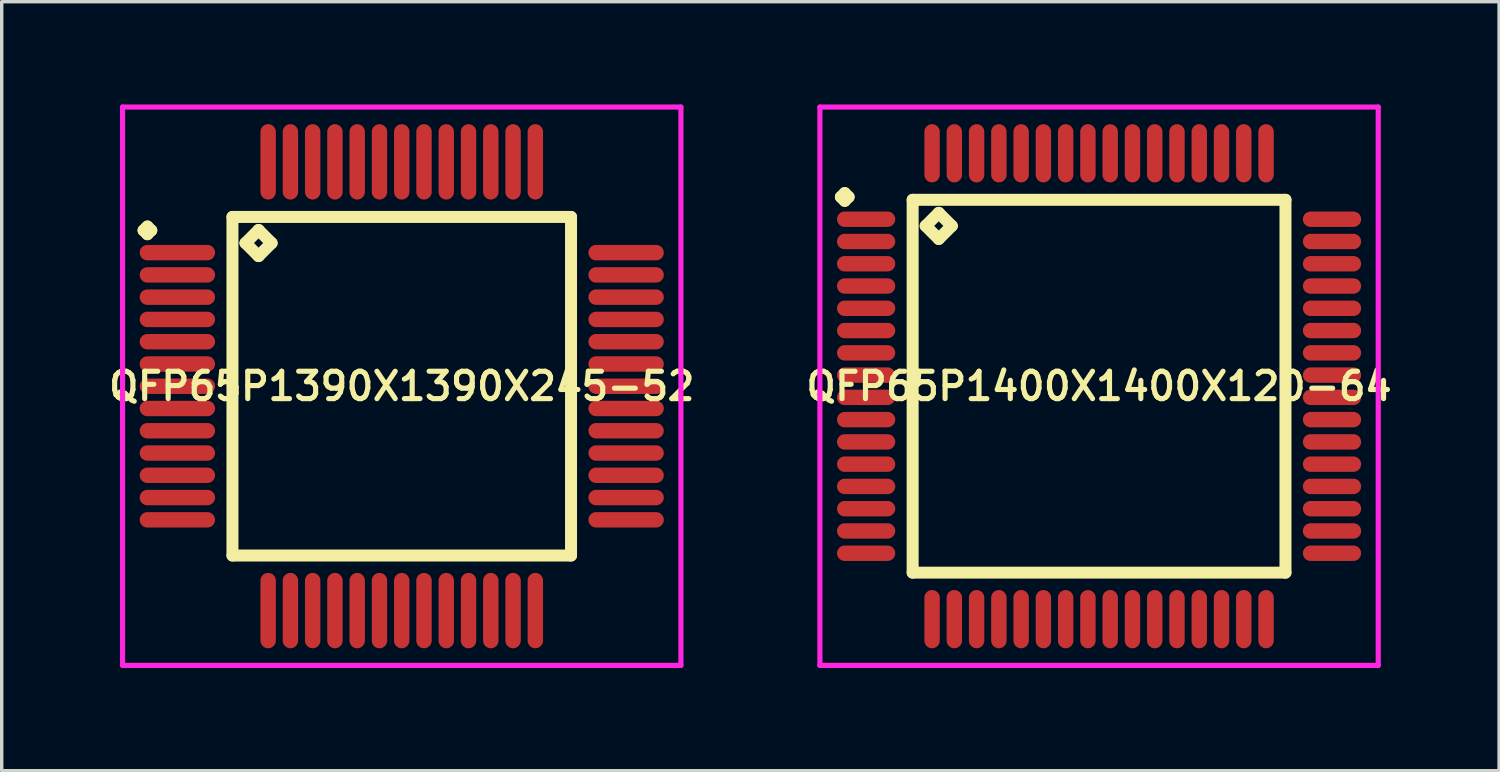
<source format=kicad_pcb>
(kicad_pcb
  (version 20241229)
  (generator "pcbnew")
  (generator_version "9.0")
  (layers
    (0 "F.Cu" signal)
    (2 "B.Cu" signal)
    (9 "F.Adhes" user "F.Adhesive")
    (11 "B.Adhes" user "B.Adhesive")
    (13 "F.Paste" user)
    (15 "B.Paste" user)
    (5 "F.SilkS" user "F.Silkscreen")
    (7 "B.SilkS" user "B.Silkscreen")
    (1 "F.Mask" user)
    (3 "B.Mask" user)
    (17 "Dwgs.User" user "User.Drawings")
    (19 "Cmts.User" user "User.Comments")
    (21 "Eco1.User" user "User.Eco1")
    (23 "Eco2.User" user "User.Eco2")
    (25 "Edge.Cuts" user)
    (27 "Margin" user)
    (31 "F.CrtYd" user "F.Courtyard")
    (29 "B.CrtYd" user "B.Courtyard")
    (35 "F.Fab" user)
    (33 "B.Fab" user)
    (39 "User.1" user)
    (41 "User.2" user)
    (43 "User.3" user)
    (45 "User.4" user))
  (footprint "QFP65P1400X1400X120-64"
    (layer "F.Cu")
    (at 29.035 8.225)
    (property "Reference" "QFP65P1400X1400X120-64" (at 0 0 0) (layer "F.SilkS") (effects (font (size 0.8 0.8) (thickness 0.15))))
    (attr through_hole)
    (fp_line (start -7.537 -5.525) (end -7.425 -5.638) (stroke (width 0.35) (type solid)) (layer "F.SilkS"))
    (fp_line (start -7.425 -5.638) (end -7.312 -5.525) (stroke (width 0.35) (type solid)) (layer "F.SilkS"))
    (fp_line (start -7.425 -5.412) (end -7.537 -5.525) (stroke (width 0.35) (type solid)) (layer "F.SilkS"))
    (fp_line (start -7.312 -5.525) (end -7.425 -5.412) (stroke (width 0.35) (type solid)) (layer "F.SilkS"))
    (fp_line (start -5.442 -5.442) (end -5.442 5.442) (stroke (width 0.35) (type solid)) (layer "F.SilkS"))
    (fp_line (start -5.442 5.442) (end 5.442 5.442) (stroke (width 0.35) (type solid)) (layer "F.SilkS"))
    (fp_line (start -5.061 -4.68) (end -4.68 -5.061) (stroke (width 0.35) (type solid)) (layer "F.SilkS"))
    (fp_line (start -4.68 -5.061) (end -4.299 -4.68) (stroke (width 0.35) (type solid)) (layer "F.SilkS"))
    (fp_line (start -4.68 -4.299) (end -5.061 -4.68) (stroke (width 0.35) (type solid)) (layer "F.SilkS"))
    (fp_line (start -4.299 -4.68) (end -4.68 -4.299) (stroke (width 0.35) (type solid)) (layer "F.SilkS"))
    (fp_line (start 5.442 -5.442) (end -5.442 -5.442) (stroke (width 0.35) (type solid)) (layer "F.SilkS"))
    (fp_line (start 5.442 5.442) (end 5.442 -5.442) (stroke (width 0.35) (type solid)) (layer "F.SilkS"))
    (fp_line (start -8.15 -8.15) (end 8.15 -8.15) (stroke (width 0.15) (type solid)) (layer "F.CrtYd"))
    (fp_line (start -8.15 8.15) (end -8.15 -8.15) (stroke (width 0.15) (type solid)) (layer "F.CrtYd"))
    (fp_line (start 8.15 -8.15) (end 8.15 8.15) (stroke (width 0.15) (type solid)) (layer "F.CrtYd"))
    (fp_line (start 8.15 8.15) (end -8.15 8.15) (stroke (width 0.15) (type solid)) (layer "F.CrtYd"))
    (pad "1" smd oval (at -6.8 -4.875) (size 1.7 0.45) (layers "F.Cu" "F.Mask" "F.Paste"))
    (pad "2" smd oval (at -6.8 -4.225) (size 1.7 0.45) (layers "F.Cu" "F.Mask" "F.Paste"))
    (pad "3" smd oval (at -6.8 -3.575) (size 1.7 0.45) (layers "F.Cu" "F.Mask" "F.Paste"))
    (pad "4" smd oval (at -6.8 -2.925) (size 1.7 0.45) (layers "F.Cu" "F.Mask" "F.Paste"))
    (pad "5" smd oval (at -6.8 -2.275) (size 1.7 0.45) (layers "F.Cu" "F.Mask" "F.Paste"))
    (pad "6" smd oval (at -6.8 -1.625) (size 1.7 0.45) (layers "F.Cu" "F.Mask" "F.Paste"))
    (pad "7" smd oval (at -6.8 -0.975) (size 1.7 0.45) (layers "F.Cu" "F.Mask" "F.Paste"))
    (pad "8" smd oval (at -6.8 -0.325) (size 1.7 0.45) (layers "F.Cu" "F.Mask" "F.Paste"))
    (pad "9" smd oval (at -6.8 0.325) (size 1.7 0.45) (layers "F.Cu" "F.Mask" "F.Paste"))
    (pad "10" smd oval (at -6.8 0.975) (size 1.7 0.45) (layers "F.Cu" "F.Mask" "F.Paste"))
    (pad "11" smd oval (at -6.8 1.625) (size 1.7 0.45) (layers "F.Cu" "F.Mask" "F.Paste"))
    (pad "12" smd oval (at -6.8 2.275) (size 1.7 0.45) (layers "F.Cu" "F.Mask" "F.Paste"))
    (pad "13" smd oval (at -6.8 2.925) (size 1.7 0.45) (layers "F.Cu" "F.Mask" "F.Paste"))
    (pad "14" smd oval (at -6.8 3.575) (size 1.7 0.45) (layers "F.Cu" "F.Mask" "F.Paste"))
    (pad "15" smd oval (at -6.8 4.225) (size 1.7 0.45) (layers "F.Cu" "F.Mask" "F.Paste"))
    (pad "16" smd oval (at -6.8 4.875) (size 1.7 0.45) (layers "F.Cu" "F.Mask" "F.Paste"))
    (pad "17" smd oval (at -4.875 6.8) (size 0.45 1.7) (layers "F.Cu" "F.Mask" "F.Paste"))
    (pad "18" smd oval (at -4.225 6.8) (size 0.45 1.7) (layers "F.Cu" "F.Mask" "F.Paste"))
    (pad "19" smd oval (at -3.575 6.8) (size 0.45 1.7) (layers "F.Cu" "F.Mask" "F.Paste"))
    (pad "20" smd oval (at -2.925 6.8) (size 0.45 1.7) (layers "F.Cu" "F.Mask" "F.Paste"))
    (pad "21" smd oval (at -2.275 6.8) (size 0.45 1.7) (layers "F.Cu" "F.Mask" "F.Paste"))
    (pad "22" smd oval (at -1.625 6.8) (size 0.45 1.7) (layers "F.Cu" "F.Mask" "F.Paste"))
    (pad "23" smd oval (at -0.975 6.8) (size 0.45 1.7) (layers "F.Cu" "F.Mask" "F.Paste"))
    (pad "24" smd oval (at -0.325 6.8) (size 0.45 1.7) (layers "F.Cu" "F.Mask" "F.Paste"))
    (pad "25" smd oval (at 0.325 6.8) (size 0.45 1.7) (layers "F.Cu" "F.Mask" "F.Paste"))
    (pad "26" smd oval (at 0.975 6.8) (size 0.45 1.7) (layers "F.Cu" "F.Mask" "F.Paste"))
    (pad "27" smd oval (at 1.625 6.8) (size 0.45 1.7) (layers "F.Cu" "F.Mask" "F.Paste"))
    (pad "28" smd oval (at 2.275 6.8) (size 0.45 1.7) (layers "F.Cu" "F.Mask" "F.Paste"))
    (pad "29" smd oval (at 2.925 6.8) (size 0.45 1.7) (layers "F.Cu" "F.Mask" "F.Paste"))
    (pad "30" smd oval (at 3.575 6.8) (size 0.45 1.7) (layers "F.Cu" "F.Mask" "F.Paste"))
    (pad "31" smd oval (at 4.225 6.8) (size 0.45 1.7) (layers "F.Cu" "F.Mask" "F.Paste"))
    (pad "32" smd oval (at 4.875 6.8) (size 0.45 1.7) (layers "F.Cu" "F.Mask" "F.Paste"))
    (pad "33" smd oval (at 6.8 4.875) (size 1.7 0.45) (layers "F.Cu" "F.Mask" "F.Paste"))
    (pad "34" smd oval (at 6.8 4.225) (size 1.7 0.45) (layers "F.Cu" "F.Mask" "F.Paste"))
    (pad "35" smd oval (at 6.8 3.575) (size 1.7 0.45) (layers "F.Cu" "F.Mask" "F.Paste"))
    (pad "36" smd oval (at 6.8 2.925) (size 1.7 0.45) (layers "F.Cu" "F.Mask" "F.Paste"))
    (pad "37" smd oval (at 6.8 2.275) (size 1.7 0.45) (layers "F.Cu" "F.Mask" "F.Paste"))
    (pad "38" smd oval (at 6.8 1.625) (size 1.7 0.45) (layers "F.Cu" "F.Mask" "F.Paste"))
    (pad "39" smd oval (at 6.8 0.975) (size 1.7 0.45) (layers "F.Cu" "F.Mask" "F.Paste"))
    (pad "40" smd oval (at 6.8 0.325) (size 1.7 0.45) (layers "F.Cu" "F.Mask" "F.Paste"))
    (pad "41" smd oval (at 6.8 -0.325) (size 1.7 0.45) (layers "F.Cu" "F.Mask" "F.Paste"))
    (pad "42" smd oval (at 6.8 -0.975) (size 1.7 0.45) (layers "F.Cu" "F.Mask" "F.Paste"))
    (pad "43" smd oval (at 6.8 -1.625) (size 1.7 0.45) (layers "F.Cu" "F.Mask" "F.Paste"))
    (pad "44" smd oval (at 6.8 -2.275) (size 1.7 0.45) (layers "F.Cu" "F.Mask" "F.Paste"))
    (pad "45" smd oval (at 6.8 -2.925) (size 1.7 0.45) (layers "F.Cu" "F.Mask" "F.Paste"))
    (pad "46" smd oval (at 6.8 -3.575) (size 1.7 0.45) (layers "F.Cu" "F.Mask" "F.Paste"))
    (pad "47" smd oval (at 6.8 -4.225) (size 1.7 0.45) (layers "F.Cu" "F.Mask" "F.Paste"))
    (pad "48" smd oval (at 6.8 -4.875) (size 1.7 0.45) (layers "F.Cu" "F.Mask" "F.Paste"))
    (pad "49" smd oval (at 4.875 -6.8) (size 0.45 1.7) (layers "F.Cu" "F.Mask" "F.Paste"))
    (pad "50" smd oval (at 4.225 -6.8) (size 0.45 1.7) (layers "F.Cu" "F.Mask" "F.Paste"))
    (pad "51" smd oval (at 3.575 -6.8) (size 0.45 1.7) (layers "F.Cu" "F.Mask" "F.Paste"))
    (pad "52" smd oval (at 2.925 -6.8) (size 0.45 1.7) (layers "F.Cu" "F.Mask" "F.Paste"))
    (pad "53" smd oval (at 2.275 -6.8) (size 0.45 1.7) (layers "F.Cu" "F.Mask" "F.Paste"))
    (pad "54" smd oval (at 1.625 -6.8) (size 0.45 1.7) (layers "F.Cu" "F.Mask" "F.Paste"))
    (pad "55" smd oval (at 0.975 -6.8) (size 0.45 1.7) (layers "F.Cu" "F.Mask" "F.Paste"))
    (pad "56" smd oval (at 0.325 -6.8) (size 0.45 1.7) (layers "F.Cu" "F.Mask" "F.Paste"))
    (pad "57" smd oval (at -0.325 -6.8) (size 0.45 1.7) (layers "F.Cu" "F.Mask" "F.Paste"))
    (pad "58" smd oval (at -0.975 -6.8) (size 0.45 1.7) (layers "F.Cu" "F.Mask" "F.Paste"))
    (pad "59" smd oval (at -1.625 -6.8) (size 0.45 1.7) (layers "F.Cu" "F.Mask" "F.Paste"))
    (pad "60" smd oval (at -2.275 -6.8) (size 0.45 1.7) (layers "F.Cu" "F.Mask" "F.Paste"))
    (pad "61" smd oval (at -2.925 -6.8) (size 0.45 1.7) (layers "F.Cu" "F.Mask" "F.Paste"))
    (pad "62" smd oval (at -3.575 -6.8) (size 0.45 1.7) (layers "F.Cu" "F.Mask" "F.Paste"))
    (pad "63" smd oval (at -4.225 -6.8) (size 0.45 1.7) (layers "F.Cu" "F.Mask" "F.Paste"))
    (pad "64" smd oval (at -4.875 -6.8) (size 0.45 1.7) (layers "F.Cu" "F.Mask" "F.Paste")))
  (footprint "QFP65P1390X1390X245-52"
    (layer "F.Cu")
    (at 8.678 8.225)
    (property "Reference" "QFP65P1390X1390X245-52" (at 0 0 0) (layer "F.SilkS") (effects (font (size 0.8 0.8) (thickness 0.15))))
    (attr smd)
    (fp_line (start -7.537 -4.55) (end -7.425 -4.662) (stroke (width 0.35) (type solid)) (layer "F.SilkS"))
    (fp_line (start -7.425 -4.662) (end -7.312 -4.55) (stroke (width 0.35) (type solid)) (layer "F.SilkS"))
    (fp_line (start -7.425 -4.438) (end -7.537 -4.55) (stroke (width 0.35) (type solid)) (layer "F.SilkS"))
    (fp_line (start -7.312 -4.55) (end -7.425 -4.438) (stroke (width 0.35) (type solid)) (layer "F.SilkS"))
    (fp_line (start -4.942 -4.942) (end -4.942 4.942) (stroke (width 0.35) (type solid)) (layer "F.SilkS"))
    (fp_line (start -4.942 4.942) (end 4.942 4.942) (stroke (width 0.35) (type solid)) (layer "F.SilkS"))
    (fp_line (start -4.561 -4.18) (end -4.18 -4.561) (stroke (width 0.35) (type solid)) (layer "F.SilkS"))
    (fp_line (start -4.18 -4.561) (end -3.799 -4.18) (stroke (width 0.35) (type solid)) (layer "F.SilkS"))
    (fp_line (start -4.18 -3.799) (end -4.561 -4.18) (stroke (width 0.35) (type solid)) (layer "F.SilkS"))
    (fp_line (start -3.799 -4.18) (end -4.18 -3.799) (stroke (width 0.35) (type solid)) (layer "F.SilkS"))
    (fp_line (start 4.942 -4.942) (end -4.942 -4.942) (stroke (width 0.35) (type solid)) (layer "F.SilkS"))
    (fp_line (start 4.942 4.942) (end 4.942 -4.942) (stroke (width 0.35) (type solid)) (layer "F.SilkS"))
    (fp_line (start -8.15 -8.15) (end 8.15 -8.15) (stroke (width 0.15) (type solid)) (layer "F.CrtYd"))
    (fp_line (start -8.15 8.15) (end -8.15 -8.15) (stroke (width 0.15) (type solid)) (layer "F.CrtYd"))
    (fp_line (start 8.15 -8.15) (end 8.15 8.15) (stroke (width 0.15) (type solid)) (layer "F.CrtYd"))
    (fp_line (start 8.15 8.15) (end -8.15 8.15) (stroke (width 0.15) (type solid)) (layer "F.CrtYd"))
    (pad "1" smd oval (at -6.55 -3.9) (size 2.2 0.45) (layers "F.Cu" "F.Mask" "F.Paste"))
    (pad "2" smd oval (at -6.55 -3.25) (size 2.2 0.45) (layers "F.Cu" "F.Mask" "F.Paste"))
    (pad "3" smd oval (at -6.55 -2.6) (size 2.2 0.45) (layers "F.Cu" "F.Mask" "F.Paste"))
    (pad "4" smd oval (at -6.55 -1.95) (size 2.2 0.45) (layers "F.Cu" "F.Mask" "F.Paste"))
    (pad "5" smd oval (at -6.55 -1.3) (size 2.2 0.45) (layers "F.Cu" "F.Mask" "F.Paste"))
    (pad "6" smd oval (at -6.55 -0.65) (size 2.2 0.45) (layers "F.Cu" "F.Mask" "F.Paste"))
    (pad "7" smd oval (at -6.55 0) (size 2.2 0.45) (layers "F.Cu" "F.Mask" "F.Paste"))
    (pad "8" smd oval (at -6.55 0.65) (size 2.2 0.45) (layers "F.Cu" "F.Mask" "F.Paste"))
    (pad "9" smd oval (at -6.55 1.3) (size 2.2 0.45) (layers "F.Cu" "F.Mask" "F.Paste"))
    (pad "10" smd oval (at -6.55 1.95) (size 2.2 0.45) (layers "F.Cu" "F.Mask" "F.Paste"))
    (pad "11" smd oval (at -6.55 2.6) (size 2.2 0.45) (layers "F.Cu" "F.Mask" "F.Paste"))
    (pad "12" smd oval (at -6.55 3.25) (size 2.2 0.45) (layers "F.Cu" "F.Mask" "F.Paste"))
    (pad "13" smd oval (at -6.55 3.9) (size 2.2 0.45) (layers "F.Cu" "F.Mask" "F.Paste"))
    (pad "14" smd oval (at -3.9 6.55) (size 0.45 2.2) (layers "F.Cu" "F.Mask" "F.Paste"))
    (pad "15" smd oval (at -3.25 6.55) (size 0.45 2.2) (layers "F.Cu" "F.Mask" "F.Paste"))
    (pad "16" smd oval (at -2.6 6.55) (size 0.45 2.2) (layers "F.Cu" "F.Mask" "F.Paste"))
    (pad "17" smd oval (at -1.95 6.55) (size 0.45 2.2) (layers "F.Cu" "F.Mask" "F.Paste"))
    (pad "18" smd oval (at -1.3 6.55) (size 0.45 2.2) (layers "F.Cu" "F.Mask" "F.Paste"))
    (pad "19" smd oval (at -0.65 6.55) (size 0.45 2.2) (layers "F.Cu" "F.Mask" "F.Paste"))
    (pad "20" smd oval (at 0 6.55) (size 0.45 2.2) (layers "F.Cu" "F.Mask" "F.Paste"))
    (pad "21" smd oval (at 0.65 6.55) (size 0.45 2.2) (layers "F.Cu" "F.Mask" "F.Paste"))
    (pad "22" smd oval (at 1.3 6.55) (size 0.45 2.2) (layers "F.Cu" "F.Mask" "F.Paste"))
    (pad "23" smd oval (at 1.95 6.55) (size 0.45 2.2) (layers "F.Cu" "F.Mask" "F.Paste"))
    (pad "24" smd oval (at 2.6 6.55) (size 0.45 2.2) (layers "F.Cu" "F.Mask" "F.Paste"))
    (pad "25" smd oval (at 3.25 6.55) (size 0.45 2.2) (layers "F.Cu" "F.Mask" "F.Paste"))
    (pad "26" smd oval (at 3.9 6.55) (size 0.45 2.2) (layers "F.Cu" "F.Mask" "F.Paste"))
    (pad "27" smd oval (at 6.55 3.9) (size 2.2 0.45) (layers "F.Cu" "F.Mask" "F.Paste"))
    (pad "28" smd oval (at 6.55 3.25) (size 2.2 0.45) (layers "F.Cu" "F.Mask" "F.Paste"))
    (pad "29" smd oval (at 6.55 2.6) (size 2.2 0.45) (layers "F.Cu" "F.Mask" "F.Paste"))
    (pad "30" smd oval (at 6.55 1.95) (size 2.2 0.45) (layers "F.Cu" "F.Mask" "F.Paste"))
    (pad "31" smd oval (at 6.55 1.3) (size 2.2 0.45) (layers "F.Cu" "F.Mask" "F.Paste"))
    (pad "32" smd oval (at 6.55 0.65) (size 2.2 0.45) (layers "F.Cu" "F.Mask" "F.Paste"))
    (pad "33" smd oval (at 6.55 0) (size 2.2 0.45) (layers "F.Cu" "F.Mask" "F.Paste"))
    (pad "34" smd oval (at 6.55 -0.65) (size 2.2 0.45) (layers "F.Cu" "F.Mask" "F.Paste"))
    (pad "35" smd oval (at 6.55 -1.3) (size 2.2 0.45) (layers "F.Cu" "F.Mask" "F.Paste"))
    (pad "36" smd oval (at 6.55 -1.95) (size 2.2 0.45) (layers "F.Cu" "F.Mask" "F.Paste"))
    (pad "37" smd oval (at 6.55 -2.6) (size 2.2 0.45) (layers "F.Cu" "F.Mask" "F.Paste"))
    (pad "38" smd oval (at 6.55 -3.25) (size 2.2 0.45) (layers "F.Cu" "F.Mask" "F.Paste"))
    (pad "39" smd oval (at 6.55 -3.9) (size 2.2 0.45) (layers "F.Cu" "F.Mask" "F.Paste"))
    (pad "40" smd oval (at 3.9 -6.55) (size 0.45 2.2) (layers "F.Cu" "F.Mask" "F.Paste"))
    (pad "41" smd oval (at 3.25 -6.55) (size 0.45 2.2) (layers "F.Cu" "F.Mask" "F.Paste"))
    (pad "42" smd oval (at 2.6 -6.55) (size 0.45 2.2) (layers "F.Cu" "F.Mask" "F.Paste"))
    (pad "43" smd oval (at 1.95 -6.55) (size 0.45 2.2) (layers "F.Cu" "F.Mask" "F.Paste"))
    (pad "44" smd oval (at 1.3 -6.55) (size 0.45 2.2) (layers "F.Cu" "F.Mask" "F.Paste"))
    (pad "45" smd oval (at 0.65 -6.55) (size 0.45 2.2) (layers "F.Cu" "F.Mask" "F.Paste"))
    (pad "46" smd oval (at 0 -6.55) (size 0.45 2.2) (layers "F.Cu" "F.Mask" "F.Paste"))
    (pad "47" smd oval (at -0.65 -6.55) (size 0.45 2.2) (layers "F.Cu" "F.Mask" "F.Paste"))
    (pad "48" smd oval (at -1.3 -6.55) (size 0.45 2.2) (layers "F.Cu" "F.Mask" "F.Paste"))
    (pad "49" smd oval (at -1.95 -6.55) (size 0.45 2.2) (layers "F.Cu" "F.Mask" "F.Paste"))
    (pad "50" smd oval (at -2.6 -6.55) (size 0.45 2.2) (layers "F.Cu" "F.Mask" "F.Paste"))
    (pad "51" smd oval (at -3.25 -6.55) (size 0.45 2.2) (layers "F.Cu" "F.Mask" "F.Paste"))
    (pad "52" smd oval (at -3.9 -6.55) (size 0.45 2.2) (layers "F.Cu" "F.Mask" "F.Paste")))
  (gr_rect
    (start -3 -3)
    (end 40.713 19.45)
    (stroke (width 0.1) (type default))
    (fill no)
    (layer "Edge.Cuts")))
</source>
